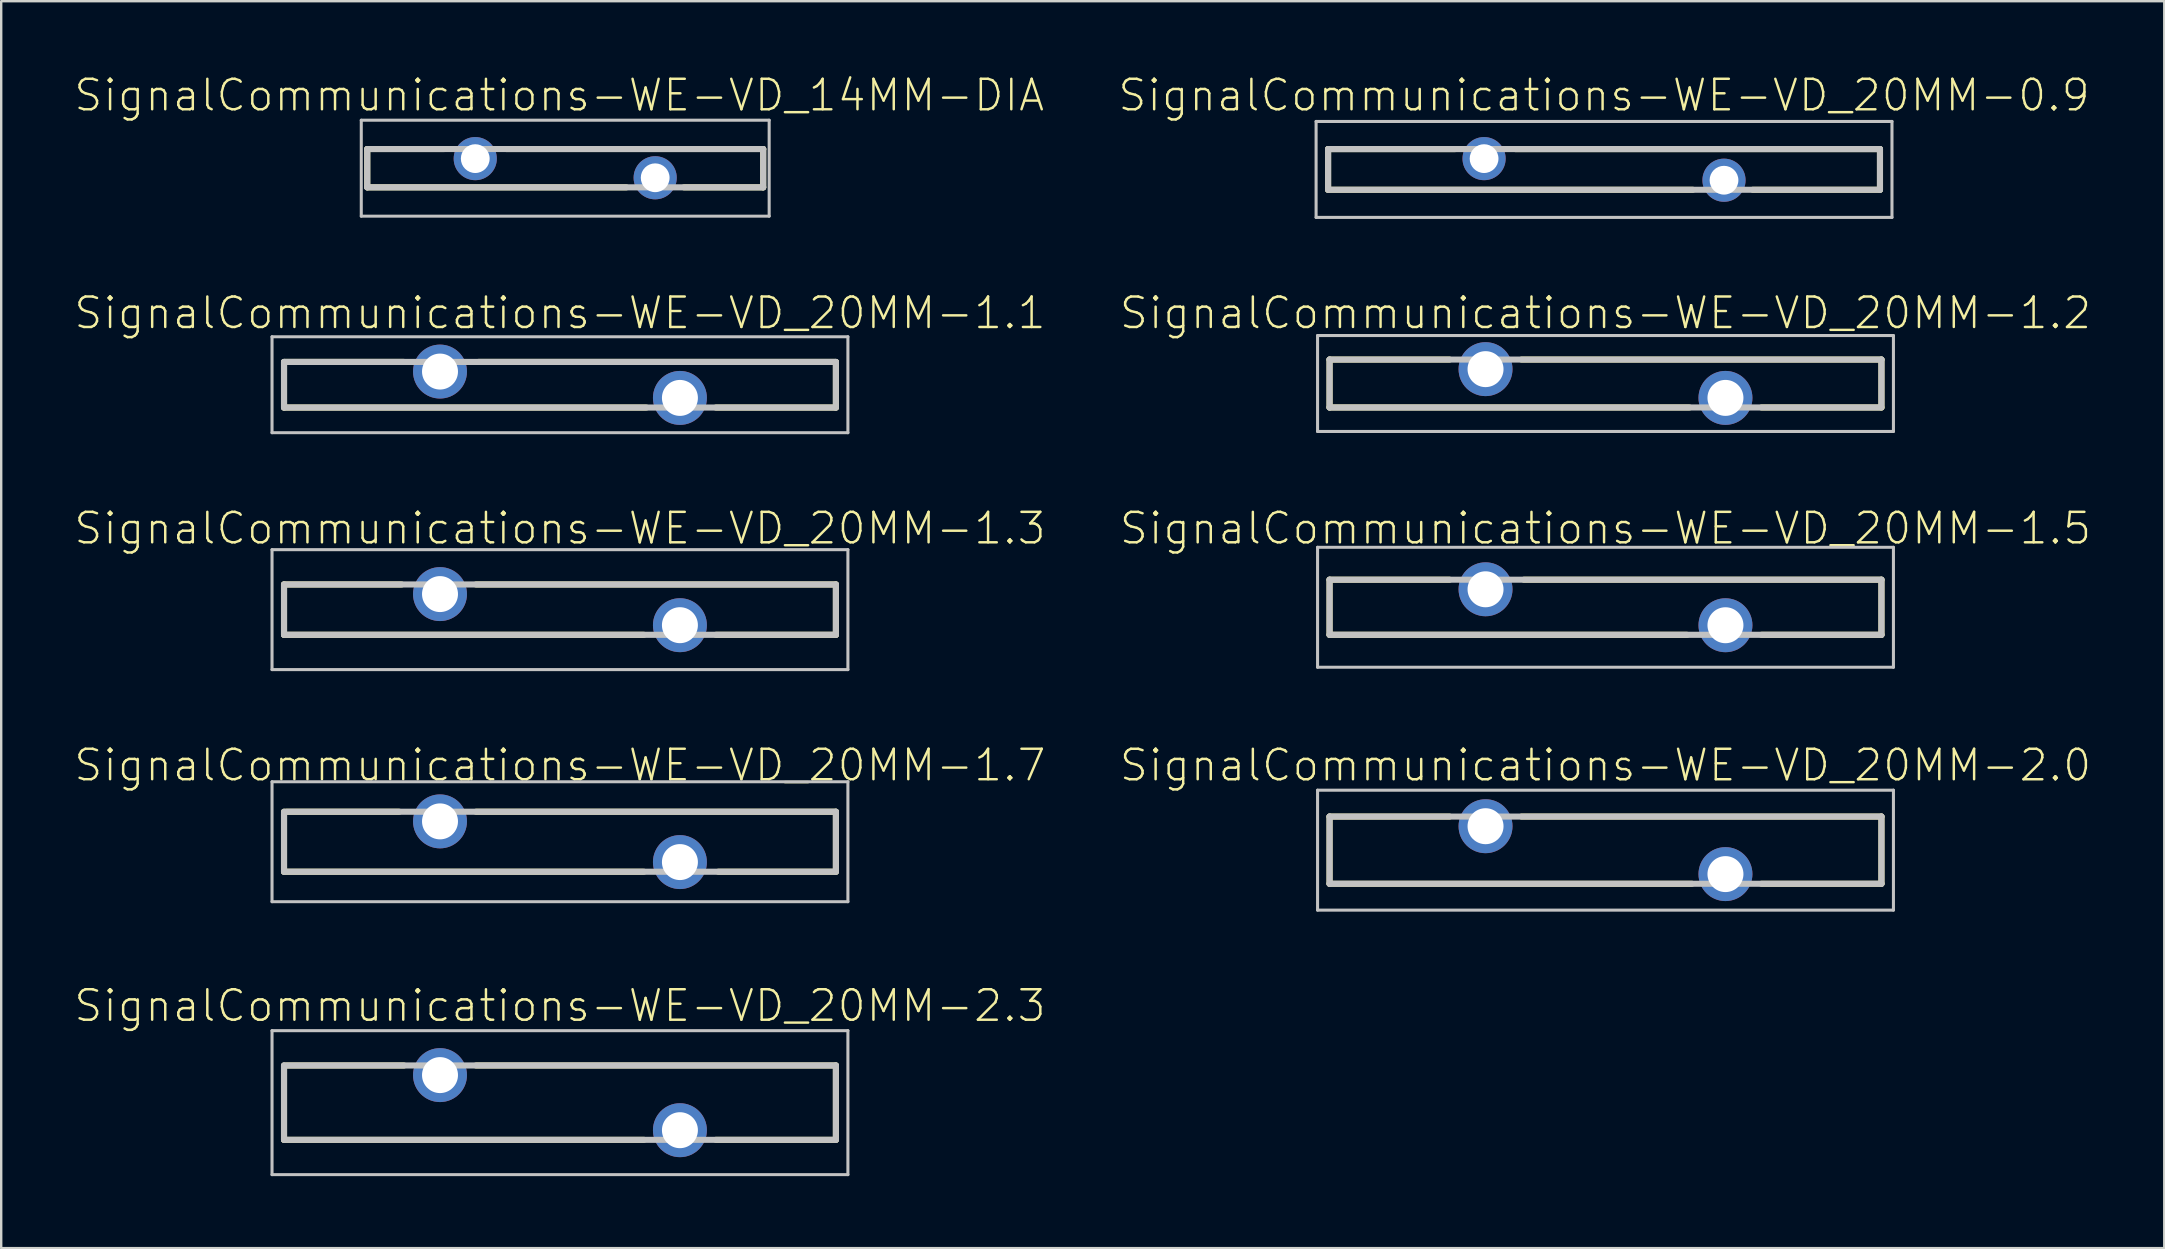
<source format=kicad_pcb>
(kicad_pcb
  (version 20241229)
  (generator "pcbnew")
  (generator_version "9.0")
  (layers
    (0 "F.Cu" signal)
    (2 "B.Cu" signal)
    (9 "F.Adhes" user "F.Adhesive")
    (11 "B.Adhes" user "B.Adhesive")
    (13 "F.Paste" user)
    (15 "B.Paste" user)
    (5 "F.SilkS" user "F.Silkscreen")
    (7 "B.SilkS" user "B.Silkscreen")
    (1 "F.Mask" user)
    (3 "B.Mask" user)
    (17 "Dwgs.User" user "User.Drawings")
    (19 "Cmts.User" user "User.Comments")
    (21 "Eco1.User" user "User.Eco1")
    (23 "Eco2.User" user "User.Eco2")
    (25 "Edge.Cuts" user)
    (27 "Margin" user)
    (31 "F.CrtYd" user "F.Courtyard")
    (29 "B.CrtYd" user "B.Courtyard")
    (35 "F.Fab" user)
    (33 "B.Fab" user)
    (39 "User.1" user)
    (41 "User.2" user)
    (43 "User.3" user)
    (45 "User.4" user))
  (footprint "SignalCommunications-WE-VD_20MM-1.3"
    (layer "F.Cu")
    (at 20.285 22.355)
    (property "Reference" "SignalCommunications-WE-VD_20MM-1.3" (at 0 -3.388 0) (layer "F.SilkS") (effects (font (size 1.27 1.27) (thickness 0.102))))
    (attr exclude_from_pos_files exclude_from_bom)
    (fp_line (start -11.499 -1.049) (end -6.599 -1.049) (stroke (width 0.254) (type solid)) (layer "F.SilkS"))
    (fp_line (start -11.499 1.049) (end -11.499 -1.049) (stroke (width 0.254) (type solid)) (layer "F.SilkS"))
    (fp_line (start -3.498 -1.049) (end 11.499 -1.049) (stroke (width 0.254) (type solid)) (layer "F.SilkS"))
    (fp_line (start 3.498 1.049) (end -11.499 1.049) (stroke (width 0.254) (type solid)) (layer "F.SilkS"))
    (fp_line (start 11.499 -1.049) (end 11.499 1.049) (stroke (width 0.254) (type solid)) (layer "F.SilkS"))
    (fp_line (start 11.499 1.049) (end 6.5 1.049) (stroke (width 0.254) (type solid)) (layer "F.SilkS"))
    (fp_line (start -11.999 -2.499) (end 11.999 -2.499) (stroke (width 0.127) (type solid)) (layer "Dwgs.User"))
    (fp_line (start -11.999 2.499) (end -11.999 -2.499) (stroke (width 0.127) (type solid)) (layer "Dwgs.User"))
    (fp_line (start -11.499 -1.049) (end -11.499 1.049) (stroke (width 0.254) (type solid)) (layer "Dwgs.User"))
    (fp_line (start -11.499 -1.049) (end 11.499 -1.049) (stroke (width 0.254) (type solid)) (layer "Dwgs.User"))
    (fp_line (start -11.499 1.049) (end 11.499 1.049) (stroke (width 0.254) (type solid)) (layer "Dwgs.User"))
    (fp_line (start 11.499 1.049) (end 11.499 -1.049) (stroke (width 0.254) (type solid)) (layer "Dwgs.User"))
    (fp_line (start 11.999 -2.499) (end 11.999 2.499) (stroke (width 0.127) (type solid)) (layer "Dwgs.User"))
    (fp_line (start 11.999 2.499) (end -11.999 2.499) (stroke (width 0.127) (type solid)) (layer "Dwgs.User"))
    (pad "1" thru_hole circle (at -4.999 -0.648) (size 2.248 2.248) (drill 1.499) (layers "*.Cu" "*.Paste" "*.Mask"))
    (pad "2" thru_hole circle (at 4.999 0.648) (size 2.248 2.248) (drill 1.499) (layers "*.Cu" "*.Paste" "*.Mask")))
  (footprint "SignalCommunications-WE-VD_20MM-0.9"
    (layer "F.Cu")
    (at 63.794 4.01)
    (property "Reference" "SignalCommunications-WE-VD_20MM-0.9" (at 0 -3.089 0) (layer "F.SilkS") (effects (font (size 1.27 1.27) (thickness 0.102))))
    (attr exclude_from_pos_files exclude_from_bom)
    (fp_line (start -11.499 -0.848) (end -6.198 -0.848) (stroke (width 0.254) (type solid)) (layer "F.SilkS"))
    (fp_line (start -11.499 0.848) (end -11.499 -0.848) (stroke (width 0.254) (type solid)) (layer "F.SilkS"))
    (fp_line (start -3.698 -0.848) (end 11.499 -0.848) (stroke (width 0.254) (type solid)) (layer "F.SilkS"))
    (fp_line (start 3.698 0.848) (end -11.499 0.848) (stroke (width 0.254) (type solid)) (layer "F.SilkS"))
    (fp_line (start 11.499 -0.848) (end 11.499 0.848) (stroke (width 0.254) (type solid)) (layer "F.SilkS"))
    (fp_line (start 11.499 0.848) (end 6.198 0.848) (stroke (width 0.254) (type solid)) (layer "F.SilkS"))
    (fp_line (start -11.999 -1.999) (end 11.999 -1.999) (stroke (width 0.127) (type solid)) (layer "Dwgs.User"))
    (fp_line (start -11.999 1.999) (end -11.999 -1.999) (stroke (width 0.127) (type solid)) (layer "Dwgs.User"))
    (fp_line (start -11.499 -0.848) (end 11.499 -0.848) (stroke (width 0.254) (type solid)) (layer "Dwgs.User"))
    (fp_line (start -11.499 0.848) (end -11.499 -0.848) (stroke (width 0.254) (type solid)) (layer "Dwgs.User"))
    (fp_line (start 11.499 -0.848) (end 11.499 0.848) (stroke (width 0.254) (type solid)) (layer "Dwgs.User"))
    (fp_line (start 11.499 0.848) (end -11.499 0.848) (stroke (width 0.254) (type solid)) (layer "Dwgs.User"))
    (fp_line (start 11.999 -1.999) (end 11.999 1.999) (stroke (width 0.127) (type solid)) (layer "Dwgs.User"))
    (fp_line (start 11.999 1.999) (end -11.999 1.999) (stroke (width 0.127) (type solid)) (layer "Dwgs.User"))
    (pad "1" thru_hole circle (at -4.999 -0.45) (size 1.798 1.798) (drill 1.199) (layers "*.Cu" "*.Paste" "*.Mask"))
    (pad "2" thru_hole circle (at 4.999 0.45) (size 1.798 1.798) (drill 1.199) (layers "*.Cu" "*.Paste" "*.Mask")))
  (footprint "SignalCommunications-WE-VD_20MM-2.0"
    (layer "F.Cu")
    (at 63.855 32.378)
    (property "Reference" "SignalCommunications-WE-VD_20MM-2.0" (at 0 -3.538 0) (layer "F.SilkS") (effects (font (size 1.27 1.27) (thickness 0.102))))
    (attr exclude_from_pos_files exclude_from_bom)
    (fp_line (start -11.499 -1.4) (end -6.5 -1.4) (stroke (width 0.254) (type solid)) (layer "F.SilkS"))
    (fp_line (start -11.499 1.4) (end -11.499 -1.4) (stroke (width 0.254) (type solid)) (layer "F.SilkS"))
    (fp_line (start -3.498 -1.4) (end 11.499 -1.4) (stroke (width 0.254) (type solid)) (layer "F.SilkS"))
    (fp_line (start 3.599 1.4) (end -11.499 1.4) (stroke (width 0.254) (type solid)) (layer "F.SilkS"))
    (fp_line (start 11.499 -1.4) (end 11.499 1.4) (stroke (width 0.254) (type solid)) (layer "F.SilkS"))
    (fp_line (start 11.499 1.4) (end 6.5 1.4) (stroke (width 0.254) (type solid)) (layer "F.SilkS"))
    (fp_line (start -11.999 -2.499) (end 11.999 -2.499) (stroke (width 0.127) (type solid)) (layer "Dwgs.User"))
    (fp_line (start -11.999 2.499) (end -11.999 -2.499) (stroke (width 0.127) (type solid)) (layer "Dwgs.User"))
    (fp_line (start -11.499 -1.4) (end 11.499 -1.4) (stroke (width 0.254) (type solid)) (layer "Dwgs.User"))
    (fp_line (start -11.499 1.4) (end -11.499 -1.4) (stroke (width 0.254) (type solid)) (layer "Dwgs.User"))
    (fp_line (start 11.499 -1.4) (end 11.499 1.4) (stroke (width 0.254) (type solid)) (layer "Dwgs.User"))
    (fp_line (start 11.499 1.4) (end -11.499 1.4) (stroke (width 0.254) (type solid)) (layer "Dwgs.User"))
    (fp_line (start 11.999 -2.499) (end 11.999 2.499) (stroke (width 0.127) (type solid)) (layer "Dwgs.User"))
    (fp_line (start 11.999 2.499) (end -11.999 2.499) (stroke (width 0.127) (type solid)) (layer "Dwgs.User"))
    (pad "1" thru_hole circle (at -4.999 -0.998) (size 2.248 2.248) (drill 1.499) (layers "*.Cu" "*.Paste" "*.Mask"))
    (pad "2" thru_hole circle (at 4.999 0.998) (size 2.248 2.248) (drill 1.499) (layers "*.Cu" "*.Paste" "*.Mask")))
  (footprint "SignalCommunications-WE-VD_20MM-1.5"
    (layer "F.Cu")
    (at 63.855 22.256)
    (property "Reference" "SignalCommunications-WE-VD_20MM-1.5" (at 0 -3.289 0) (layer "F.SilkS") (effects (font (size 1.27 1.27) (thickness 0.102))))
    (attr exclude_from_pos_files exclude_from_bom)
    (fp_line (start -11.499 -1.148) (end -6.5 -1.148) (stroke (width 0.254) (type solid)) (layer "F.SilkS"))
    (fp_line (start -11.499 1.148) (end -11.499 -1.148) (stroke (width 0.254) (type solid)) (layer "F.SilkS"))
    (fp_line (start -3.399 -1.148) (end 11.499 -1.148) (stroke (width 0.254) (type solid)) (layer "F.SilkS"))
    (fp_line (start 3.399 1.148) (end -11.499 1.148) (stroke (width 0.254) (type solid)) (layer "F.SilkS"))
    (fp_line (start 11.499 -1.148) (end 11.499 1.148) (stroke (width 0.254) (type solid)) (layer "F.SilkS"))
    (fp_line (start 11.499 1.148) (end 6.5 1.148) (stroke (width 0.254) (type solid)) (layer "F.SilkS"))
    (fp_line (start -11.999 -2.499) (end -11.999 2.499) (stroke (width 0.127) (type solid)) (layer "Dwgs.User"))
    (fp_line (start -11.999 2.499) (end 11.999 2.499) (stroke (width 0.127) (type solid)) (layer "Dwgs.User"))
    (fp_line (start -11.499 -1.148) (end 11.499 -1.148) (stroke (width 0.254) (type solid)) (layer "Dwgs.User"))
    (fp_line (start -11.499 1.148) (end -11.499 -1.148) (stroke (width 0.254) (type solid)) (layer "Dwgs.User"))
    (fp_line (start 11.499 -1.148) (end 11.499 1.148) (stroke (width 0.254) (type solid)) (layer "Dwgs.User"))
    (fp_line (start 11.499 1.148) (end -11.499 1.148) (stroke (width 0.254) (type solid)) (layer "Dwgs.User"))
    (fp_line (start 11.999 -2.499) (end -11.999 -2.499) (stroke (width 0.127) (type solid)) (layer "Dwgs.User"))
    (fp_line (start 11.999 2.499) (end 11.999 -2.499) (stroke (width 0.127) (type solid)) (layer "Dwgs.User"))
    (pad "1" thru_hole circle (at -4.999 -0.749) (size 2.248 2.248) (drill 1.499) (layers "*.Cu" "*.Paste" "*.Mask"))
    (pad "2" thru_hole circle (at 4.999 0.749) (size 2.248 2.248) (drill 1.499) (layers "*.Cu" "*.Paste" "*.Mask")))
  (footprint "SignalCommunications-WE-VD_20MM-1.2"
    (layer "F.Cu")
    (at 63.855 12.932)
    (property "Reference" "SignalCommunications-WE-VD_20MM-1.2" (at 0 -2.939 0) (layer "F.SilkS") (effects (font (size 1.27 1.27) (thickness 0.102))))
    (attr exclude_from_pos_files exclude_from_bom)
    (fp_line (start -11.499 -0.998) (end -6.5 -0.998) (stroke (width 0.254) (type solid)) (layer "F.SilkS"))
    (fp_line (start -11.499 0.998) (end -11.499 -0.998) (stroke (width 0.254) (type solid)) (layer "F.SilkS"))
    (fp_line (start -3.498 -0.998) (end 11.499 -0.998) (stroke (width 0.254) (type solid)) (layer "F.SilkS"))
    (fp_line (start 3.498 0.998) (end -11.499 0.998) (stroke (width 0.254) (type solid)) (layer "F.SilkS"))
    (fp_line (start 11.499 -0.998) (end 11.499 0.998) (stroke (width 0.254) (type solid)) (layer "F.SilkS"))
    (fp_line (start 11.499 0.998) (end 6.5 0.998) (stroke (width 0.254) (type solid)) (layer "F.SilkS"))
    (fp_line (start -11.999 -1.999) (end 11.999 -1.999) (stroke (width 0.127) (type solid)) (layer "Dwgs.User"))
    (fp_line (start -11.999 1.999) (end -11.999 -1.999) (stroke (width 0.127) (type solid)) (layer "Dwgs.User"))
    (fp_line (start -11.499 -0.998) (end 11.499 -0.998) (stroke (width 0.254) (type solid)) (layer "Dwgs.User"))
    (fp_line (start -11.499 0.998) (end -11.499 -0.998) (stroke (width 0.254) (type solid)) (layer "Dwgs.User"))
    (fp_line (start 11.499 -0.998) (end 11.499 0.899) (stroke (width 0.254) (type solid)) (layer "Dwgs.User"))
    (fp_line (start 11.499 0.998) (end -11.499 0.998) (stroke (width 0.254) (type solid)) (layer "Dwgs.User"))
    (fp_line (start 11.999 -1.999) (end 11.999 1.999) (stroke (width 0.127) (type solid)) (layer "Dwgs.User"))
    (fp_line (start 11.999 1.999) (end -11.999 1.999) (stroke (width 0.127) (type solid)) (layer "Dwgs.User"))
    (pad "1" thru_hole circle (at -4.999 -0.599) (size 2.248 2.248) (drill 1.499) (layers "*.Cu" "*.Paste" "*.Mask"))
    (pad "2" thru_hole circle (at 4.999 0.599) (size 2.248 2.248) (drill 1.499) (layers "*.Cu" "*.Paste" "*.Mask")))
  (footprint "SignalCommunications-WE-VD_14MM-DIA"
    (layer "F.Cu")
    (at 20.504 3.959)
    (property "Reference" "SignalCommunications-WE-VD_14MM-DIA" (at -0.249 -3.038 0) (layer "F.SilkS") (effects (font (size 1.27 1.27) (thickness 0.102))))
    (attr exclude_from_pos_files exclude_from_bom)
    (fp_line (start -8.25 -0.798) (end -5.05 -0.798) (stroke (width 0.254) (type solid)) (layer "F.SilkS"))
    (fp_line (start -8.25 0.798) (end -8.25 -0.798) (stroke (width 0.254) (type solid)) (layer "F.SilkS"))
    (fp_line (start -2.449 -0.798) (end 8.25 -0.798) (stroke (width 0.254) (type solid)) (layer "F.SilkS"))
    (fp_line (start 2.548 0.798) (end -8.25 0.798) (stroke (width 0.254) (type solid)) (layer "F.SilkS"))
    (fp_line (start 8.25 -0.798) (end 8.25 0.798) (stroke (width 0.254) (type solid)) (layer "F.SilkS"))
    (fp_line (start 8.25 0.798) (end 4.948 0.798) (stroke (width 0.254) (type solid)) (layer "F.SilkS"))
    (fp_line (start -8.499 -1.999) (end 8.499 -1.999) (stroke (width 0.127) (type solid)) (layer "Dwgs.User"))
    (fp_line (start -8.499 1.999) (end -8.499 -1.999) (stroke (width 0.127) (type solid)) (layer "Dwgs.User"))
    (fp_line (start -8.25 -0.798) (end 8.25 -0.798) (stroke (width 0.254) (type solid)) (layer "Dwgs.User"))
    (fp_line (start -8.25 0.798) (end -8.25 -0.798) (stroke (width 0.254) (type solid)) (layer "Dwgs.User"))
    (fp_line (start 8.25 -0.798) (end 8.25 0.798) (stroke (width 0.254) (type solid)) (layer "Dwgs.User"))
    (fp_line (start 8.25 0.798) (end -8.25 0.798) (stroke (width 0.254) (type solid)) (layer "Dwgs.User"))
    (fp_line (start 8.499 -1.999) (end 8.499 1.999) (stroke (width 0.127) (type solid)) (layer "Dwgs.User"))
    (fp_line (start 8.499 1.999) (end -8.499 1.999) (stroke (width 0.127) (type solid)) (layer "Dwgs.User"))
    (pad "1" thru_hole circle (at -3.749 -0.399) (size 1.798 1.798) (drill 1.199) (layers "*.Cu" "*.Paste" "*.Mask"))
    (pad "2" thru_hole circle (at 3.749 0.399) (size 1.798 1.798) (drill 1.199) (layers "*.Cu" "*.Paste" "*.Mask")))
  (footprint "SignalCommunications-WE-VD_20MM-2.3"
    (layer "F.Cu")
    (at 20.285 42.9)
    (property "Reference" "SignalCommunications-WE-VD_20MM-2.3" (at 0 -4.039 0) (layer "F.SilkS") (effects (font (size 1.27 1.27) (thickness 0.102))))
    (attr exclude_from_pos_files exclude_from_bom)
    (fp_line (start -11.499 1.549) (end -11.499 -1.549) (stroke (width 0.254) (type solid)) (layer "F.SilkS"))
    (fp_line (start -11.4 -1.549) (end -6.5 -1.549) (stroke (width 0.254) (type solid)) (layer "F.SilkS"))
    (fp_line (start -3.498 -1.549) (end 11.499 -1.549) (stroke (width 0.254) (type solid)) (layer "F.SilkS"))
    (fp_line (start 3.498 1.549) (end -11.499 1.549) (stroke (width 0.254) (type solid)) (layer "F.SilkS"))
    (fp_line (start 11.499 -1.549) (end 11.499 1.549) (stroke (width 0.254) (type solid)) (layer "F.SilkS"))
    (fp_line (start 11.499 1.549) (end 6.5 1.549) (stroke (width 0.254) (type solid)) (layer "F.SilkS"))
    (fp_line (start -11.999 -3) (end 11.999 -3) (stroke (width 0.127) (type solid)) (layer "Dwgs.User"))
    (fp_line (start -11.999 3) (end -11.999 -3) (stroke (width 0.127) (type solid)) (layer "Dwgs.User"))
    (fp_line (start -11.499 -1.549) (end 11.499 -1.549) (stroke (width 0.254) (type solid)) (layer "Dwgs.User"))
    (fp_line (start -11.499 1.549) (end -11.499 -1.549) (stroke (width 0.254) (type solid)) (layer "Dwgs.User"))
    (fp_line (start 11.499 -1.549) (end 11.499 1.549) (stroke (width 0.254) (type solid)) (layer "Dwgs.User"))
    (fp_line (start 11.499 1.549) (end -11.499 1.549) (stroke (width 0.254) (type solid)) (layer "Dwgs.User"))
    (fp_line (start 11.999 -3) (end 11.999 3) (stroke (width 0.127) (type solid)) (layer "Dwgs.User"))
    (fp_line (start 11.999 3) (end -11.999 3) (stroke (width 0.127) (type solid)) (layer "Dwgs.User"))
    (pad "1" thru_hole circle (at -4.999 -1.148) (size 2.248 2.248) (drill 1.499) (layers "*.Cu" "*.Paste" "*.Mask"))
    (pad "2" thru_hole circle (at 4.999 1.148) (size 2.248 2.248) (drill 1.499) (layers "*.Cu" "*.Paste" "*.Mask")))
  (footprint "SignalCommunications-WE-VD_20MM-1.7"
    (layer "F.Cu")
    (at 20.285 32.027)
    (property "Reference" "SignalCommunications-WE-VD_20MM-1.7" (at 0 -3.188 0) (layer "F.SilkS") (effects (font (size 1.27 1.27) (thickness 0.102))))
    (attr exclude_from_pos_files exclude_from_bom)
    (fp_line (start -11.499 -1.25) (end -6.698 -1.25) (stroke (width 0.254) (type solid)) (layer "F.SilkS"))
    (fp_line (start -11.499 1.25) (end -11.499 -1.148) (stroke (width 0.254) (type solid)) (layer "F.SilkS"))
    (fp_line (start -3.498 -1.25) (end 11.499 -1.25) (stroke (width 0.254) (type solid)) (layer "F.SilkS"))
    (fp_line (start 3.498 1.25) (end -11.499 1.25) (stroke (width 0.254) (type solid)) (layer "F.SilkS"))
    (fp_line (start 11.499 -1.25) (end 11.499 1.25) (stroke (width 0.254) (type solid)) (layer "F.SilkS"))
    (fp_line (start 11.499 1.25) (end 6.599 1.25) (stroke (width 0.254) (type solid)) (layer "F.SilkS"))
    (fp_line (start -11.999 -2.499) (end 11.999 -2.499) (stroke (width 0.127) (type solid)) (layer "Dwgs.User"))
    (fp_line (start -11.999 2.499) (end -11.999 -2.499) (stroke (width 0.127) (type solid)) (layer "Dwgs.User"))
    (fp_line (start -11.499 1.25) (end -11.499 -1.25) (stroke (width 0.254) (type solid)) (layer "Dwgs.User"))
    (fp_line (start -11.4 -1.25) (end 11.499 -1.25) (stroke (width 0.254) (type solid)) (layer "Dwgs.User"))
    (fp_line (start 11.499 -1.25) (end 11.499 1.25) (stroke (width 0.254) (type solid)) (layer "Dwgs.User"))
    (fp_line (start 11.499 1.25) (end -11.499 1.25) (stroke (width 0.254) (type solid)) (layer "Dwgs.User"))
    (fp_line (start 11.999 -2.499) (end 11.999 2.499) (stroke (width 0.127) (type solid)) (layer "Dwgs.User"))
    (fp_line (start 11.999 2.499) (end -11.999 2.499) (stroke (width 0.127) (type solid)) (layer "Dwgs.User"))
    (pad "1" thru_hole circle (at -4.999 -0.848) (size 2.248 2.248) (drill 1.499) (layers "*.Cu" "*.Paste" "*.Mask"))
    (pad "2" thru_hole circle (at 4.999 0.848) (size 2.248 2.248) (drill 1.499) (layers "*.Cu" "*.Paste" "*.Mask")))
  (footprint "SignalCommunications-WE-VD_20MM-1.1"
    (layer "F.Cu")
    (at 20.285 12.983)
    (property "Reference" "SignalCommunications-WE-VD_20MM-1.1" (at 0 -2.99 0) (layer "F.SilkS") (effects (font (size 1.27 1.27) (thickness 0.102))))
    (attr exclude_from_pos_files exclude_from_bom)
    (fp_line (start -11.499 -0.95) (end -6.5 -0.95) (stroke (width 0.254) (type solid)) (layer "F.SilkS"))
    (fp_line (start -11.499 0.95) (end -11.499 -0.95) (stroke (width 0.254) (type solid)) (layer "F.SilkS"))
    (fp_line (start -3.399 -0.95) (end 11.499 -0.95) (stroke (width 0.254) (type solid)) (layer "F.SilkS"))
    (fp_line (start 3.599 0.95) (end -11.499 0.95) (stroke (width 0.254) (type solid)) (layer "F.SilkS"))
    (fp_line (start 11.499 -0.95) (end 11.499 0.95) (stroke (width 0.254) (type solid)) (layer "F.SilkS"))
    (fp_line (start 11.499 0.95) (end 6.5 0.95) (stroke (width 0.254) (type solid)) (layer "F.SilkS"))
    (fp_line (start -11.999 -1.999) (end 11.999 -1.999) (stroke (width 0.127) (type solid)) (layer "Dwgs.User"))
    (fp_line (start -11.999 1.999) (end -11.999 -1.999) (stroke (width 0.127) (type solid)) (layer "Dwgs.User"))
    (fp_line (start -11.499 -0.95) (end 11.499 -0.95) (stroke (width 0.254) (type solid)) (layer "Dwgs.User"))
    (fp_line (start -11.499 0.95) (end -11.499 -0.95) (stroke (width 0.254) (type solid)) (layer "Dwgs.User"))
    (fp_line (start 11.499 -0.95) (end 11.499 0.95) (stroke (width 0.254) (type solid)) (layer "Dwgs.User"))
    (fp_line (start 11.499 0.95) (end -11.499 0.95) (stroke (width 0.254) (type solid)) (layer "Dwgs.User"))
    (fp_line (start 11.999 -1.999) (end 11.999 1.999) (stroke (width 0.127) (type solid)) (layer "Dwgs.User"))
    (fp_line (start 11.999 1.999) (end -11.999 1.999) (stroke (width 0.127) (type solid)) (layer "Dwgs.User"))
    (pad "1" thru_hole circle (at -4.999 -0.549) (size 2.248 2.248) (drill 1.499) (layers "*.Cu" "*.Paste" "*.Mask"))
    (pad "2" thru_hole circle (at 4.999 0.549) (size 2.248 2.248) (drill 1.499) (layers "*.Cu" "*.Paste" "*.Mask")))
  (gr_rect
    (start -3 -3)
    (end 87.14 48.964)
    (stroke (width 0.1) (type default))
    (fill no)
    (layer "Edge.Cuts")))
</source>
